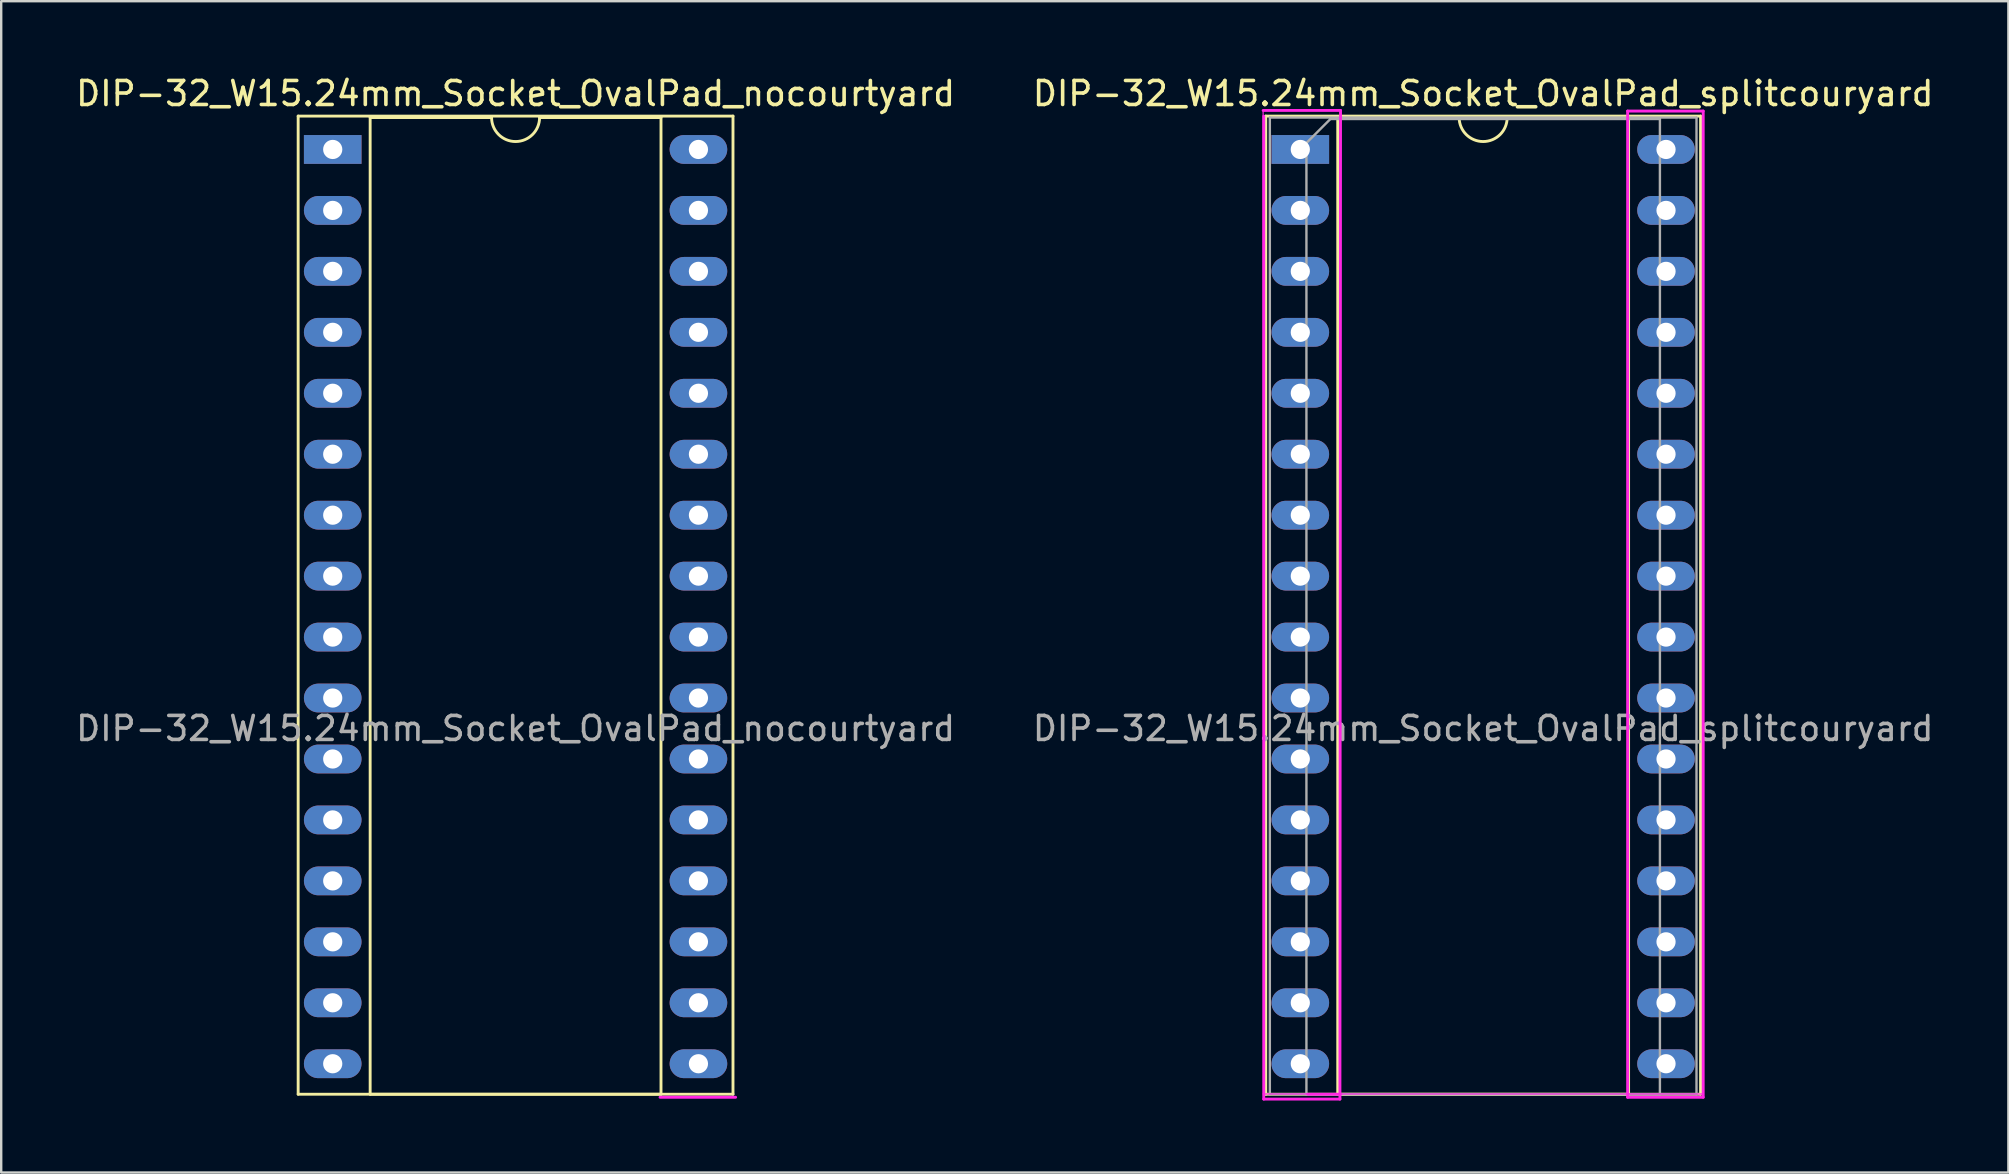
<source format=kicad_pcb>
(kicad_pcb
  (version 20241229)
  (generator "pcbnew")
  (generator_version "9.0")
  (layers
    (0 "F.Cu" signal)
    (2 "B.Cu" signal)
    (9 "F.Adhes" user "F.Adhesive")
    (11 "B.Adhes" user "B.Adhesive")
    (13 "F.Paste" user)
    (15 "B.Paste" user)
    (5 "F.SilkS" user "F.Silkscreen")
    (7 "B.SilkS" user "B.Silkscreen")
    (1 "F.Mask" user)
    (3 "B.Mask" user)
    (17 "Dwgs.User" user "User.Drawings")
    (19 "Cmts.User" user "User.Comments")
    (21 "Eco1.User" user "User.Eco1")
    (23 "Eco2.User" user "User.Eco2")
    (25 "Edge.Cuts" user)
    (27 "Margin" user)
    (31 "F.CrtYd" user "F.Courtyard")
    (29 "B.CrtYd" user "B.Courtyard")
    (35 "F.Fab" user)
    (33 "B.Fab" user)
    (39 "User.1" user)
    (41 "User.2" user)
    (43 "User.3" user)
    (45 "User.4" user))
  (footprint "DIP-32_W15.24mm_Socket_OvalPad_splitcouryard"
    (layer "F.Cu")
    (at 51.136 3.178)
    (property "Reference" "DIP-32_W15.24mm_Socket_OvalPad_splitcouryard" (at 7.62 -2.33 0) (layer "F.SilkS") (effects (font (size 1 1) (thickness 0.15))))
    (attr through_hole)
    (fp_line (start -1.44 -1.39) (end -1.44 39.37) (stroke (width 0.12) (type solid)) (layer "F.SilkS"))
    (fp_line (start -1.44 39.37) (end 16.68 39.37) (stroke (width 0.12) (type solid)) (layer "F.SilkS"))
    (fp_line (start 1.56 -1.33) (end 1.56 39.37) (stroke (width 0.12) (type solid)) (layer "F.SilkS"))
    (fp_line (start 1.56 39.37) (end 13.68 39.37) (stroke (width 0.12) (type solid)) (layer "F.SilkS"))
    (fp_line (start 6.62 -1.33) (end 1.56 -1.33) (stroke (width 0.12) (type solid)) (layer "F.SilkS"))
    (fp_line (start 13.68 -1.33) (end 8.62 -1.33) (stroke (width 0.12) (type solid)) (layer "F.SilkS"))
    (fp_line (start 13.68 39.37) (end 13.68 -1.33) (stroke (width 0.12) (type solid)) (layer "F.SilkS"))
    (fp_line (start 16.68 -1.39) (end -1.44 -1.39) (stroke (width 0.12) (type solid)) (layer "F.SilkS"))
    (fp_line (start 16.68 39.37) (end 16.68 -1.39) (stroke (width 0.12) (type solid)) (layer "F.SilkS"))
    (fp_arc (start 8.62 -1.33) (mid 7.62 -0.33) (end 6.62 -1.33) (stroke (width 0.12) (type solid)) (layer "F.SilkS"))
    (fp_line (start -1.55 -1.6) (end -1.524 39.573) (stroke (width 0.05) (type solid)) (layer "F.CrtYd"))
    (fp_line (start -1.55 39.36) (end 16.8 39.36) (stroke (width 0.05) (type solid)) (layer "F.CrtYd"))
    (fp_line (start -1.524 -1.387) (end -1.524 39.573) (stroke (width 0.12) (type solid)) (layer "F.CrtYd"))
    (fp_line (start -1.524 39.573) (end 1.651 39.573) (stroke (width 0.12) (type solid)) (layer "F.CrtYd"))
    (fp_line (start 0.305 39.37) (end 1.676 39.37) (stroke (width 0.12) (type solid)) (layer "F.CrtYd"))
    (fp_line (start 1.651 39.573) (end 1.676 -1.626) (stroke (width 0.12) (type solid)) (layer "F.CrtYd"))
    (fp_line (start 1.676 -1.626) (end -1.549 -1.626) (stroke (width 0.12) (type solid)) (layer "F.CrtYd"))
    (fp_line (start 13.64 -1.6) (end 13.64 39.497) (stroke (width 0.12) (type solid)) (layer "F.CrtYd"))
    (fp_line (start 13.64 39.497) (end 16.789 39.497) (stroke (width 0.12) (type solid)) (layer "F.CrtYd"))
    (fp_line (start 16.789 -1.6) (end 13.64 -1.6) (stroke (width 0.12) (type solid)) (layer "F.CrtYd"))
    (fp_line (start 16.789 39.37) (end 16.8 -1.6) (stroke (width 0.05) (type solid)) (layer "F.CrtYd"))
    (fp_line (start 16.789 39.497) (end 16.789 -1.6) (stroke (width 0.12) (type solid)) (layer "F.CrtYd"))
    (fp_line (start -1.27 -1.33) (end -1.27 39.37) (stroke (width 0.1) (type solid)) (layer "F.Fab"))
    (fp_line (start -1.27 39.37) (end 16.51 39.37) (stroke (width 0.1) (type solid)) (layer "F.Fab"))
    (fp_line (start 0.255 -0.27) (end 1.255 -1.27) (stroke (width 0.1) (type solid)) (layer "F.Fab"))
    (fp_line (start 0.255 39.37) (end 0.255 -0.27) (stroke (width 0.1) (type solid)) (layer "F.Fab"))
    (fp_line (start 1.255 -1.27) (end 14.985 -1.27) (stroke (width 0.1) (type solid)) (layer "F.Fab"))
    (fp_line (start 14.985 -1.27) (end 14.985 39.37) (stroke (width 0.1) (type solid)) (layer "F.Fab"))
    (fp_line (start 14.985 39.37) (end 0.255 39.37) (stroke (width 0.1) (type solid)) (layer "F.Fab"))
    (fp_line (start 16.51 -1.33) (end -1.27 -1.33) (stroke (width 0.1) (type solid)) (layer "F.Fab"))
    (fp_line (start 16.51 39.37) (end 16.51 -1.33) (stroke (width 0.1) (type solid)) (layer "F.Fab"))
    (fp_text user "${REFERENCE}" (at 7.62 24.13 0) (layer "F.Fab") (effects (font (size 1 1) (thickness 0.15))))
    (pad "1" thru_hole rect (at 0 0) (size 2.4 1.2) (drill 0.8) (layers "*.Cu" "*.Mask"))
    (pad "2" thru_hole oval (at 0 2.54) (size 2.4 1.2) (drill 0.8) (layers "*.Cu" "*.Mask"))
    (pad "3" thru_hole oval (at 0 5.08) (size 2.4 1.2) (drill 0.8) (layers "*.Cu" "*.Mask"))
    (pad "4" thru_hole oval (at 0 7.62) (size 2.4 1.2) (drill 0.8) (layers "*.Cu" "*.Mask"))
    (pad "5" thru_hole oval (at 0 10.16) (size 2.4 1.2) (drill 0.8) (layers "*.Cu" "*.Mask"))
    (pad "6" thru_hole oval (at 0 12.7) (size 2.4 1.2) (drill 0.8) (layers "*.Cu" "*.Mask"))
    (pad "7" thru_hole oval (at 0 15.24) (size 2.4 1.2) (drill 0.8) (layers "*.Cu" "*.Mask"))
    (pad "8" thru_hole oval (at 0 17.78) (size 2.4 1.2) (drill 0.8) (layers "*.Cu" "*.Mask"))
    (pad "9" thru_hole oval (at 0 20.32) (size 2.4 1.2) (drill 0.8) (layers "*.Cu" "*.Mask"))
    (pad "10" thru_hole oval (at 0 22.86) (size 2.4 1.2) (drill 0.8) (layers "*.Cu" "*.Mask"))
    (pad "11" thru_hole oval (at 0 25.4) (size 2.4 1.2) (drill 0.8) (layers "*.Cu" "*.Mask"))
    (pad "12" thru_hole oval (at 0 27.94) (size 2.4 1.2) (drill 0.8) (layers "*.Cu" "*.Mask"))
    (pad "13" thru_hole oval (at 0 30.48) (size 2.4 1.2) (drill 0.8) (layers "*.Cu" "*.Mask"))
    (pad "14" thru_hole oval (at 0 33.02) (size 2.4 1.2) (drill 0.8) (layers "*.Cu" "*.Mask"))
    (pad "15" thru_hole oval (at 0 35.56) (size 2.4 1.2) (drill 0.8) (layers "*.Cu" "*.Mask"))
    (pad "16" thru_hole oval (at 0 38.1) (size 2.4 1.2) (drill 0.8) (layers "*.Cu" "*.Mask"))
    (pad "17" thru_hole oval (at 15.24 38.1) (size 2.4 1.2) (drill 0.8) (layers "*.Cu" "*.Mask"))
    (pad "18" thru_hole oval (at 15.24 35.56) (size 2.4 1.2) (drill 0.8) (layers "*.Cu" "*.Mask"))
    (pad "19" thru_hole oval (at 15.24 33.02) (size 2.4 1.2) (drill 0.8) (layers "*.Cu" "*.Mask"))
    (pad "20" thru_hole oval (at 15.24 30.48) (size 2.4 1.2) (drill 0.8) (layers "*.Cu" "*.Mask"))
    (pad "21" thru_hole oval (at 15.24 27.94) (size 2.4 1.2) (drill 0.8) (layers "*.Cu" "*.Mask"))
    (pad "22" thru_hole oval (at 15.24 25.4) (size 2.4 1.2) (drill 0.8) (layers "*.Cu" "*.Mask"))
    (pad "23" thru_hole oval (at 15.24 22.86) (size 2.4 1.2) (drill 0.8) (layers "*.Cu" "*.Mask"))
    (pad "24" thru_hole oval (at 15.24 20.32) (size 2.4 1.2) (drill 0.8) (layers "*.Cu" "*.Mask"))
    (pad "25" thru_hole oval (at 15.24 17.78) (size 2.4 1.2) (drill 0.8) (layers "*.Cu" "*.Mask"))
    (pad "26" thru_hole oval (at 15.24 15.24) (size 2.4 1.2) (drill 0.8) (layers "*.Cu" "*.Mask"))
    (pad "27" thru_hole oval (at 15.24 12.7) (size 2.4 1.2) (drill 0.8) (layers "*.Cu" "*.Mask"))
    (pad "28" thru_hole oval (at 15.24 10.16) (size 2.4 1.2) (drill 0.8) (layers "*.Cu" "*.Mask"))
    (pad "29" thru_hole oval (at 15.24 7.62) (size 2.4 1.2) (drill 0.8) (layers "*.Cu" "*.Mask"))
    (pad "30" thru_hole oval (at 15.24 5.08) (size 2.4 1.2) (drill 0.8) (layers "*.Cu" "*.Mask"))
    (pad "31" thru_hole oval (at 15.24 2.54) (size 2.4 1.2) (drill 0.8) (layers "*.Cu" "*.Mask"))
    (pad "32" thru_hole oval (at 15.24 0) (size 2.4 1.2) (drill 0.8) (layers "*.Cu" "*.Mask")))
  (footprint "DIP-32_W15.24mm_Socket_OvalPad_nocourtyard"
    (layer "F.Cu")
    (at 10.815 3.178)
    (property "Reference" "DIP-32_W15.24mm_Socket_OvalPad_nocourtyard" (at 7.62 -2.33 0) (layer "F.SilkS") (effects (font (size 1 1) (thickness 0.15))))
    (attr through_hole)
    (fp_line (start -1.44 -1.39) (end -1.44 39.37) (stroke (width 0.12) (type solid)) (layer "F.SilkS"))
    (fp_line (start -1.44 39.37) (end 16.68 39.37) (stroke (width 0.12) (type solid)) (layer "F.SilkS"))
    (fp_line (start 1.56 -1.33) (end 1.56 39.37) (stroke (width 0.12) (type solid)) (layer "F.SilkS"))
    (fp_line (start 1.56 39.37) (end 13.68 39.37) (stroke (width 0.12) (type solid)) (layer "F.SilkS"))
    (fp_line (start 6.62 -1.33) (end 1.56 -1.33) (stroke (width 0.12) (type solid)) (layer "F.SilkS"))
    (fp_line (start 13.68 -1.33) (end 8.62 -1.33) (stroke (width 0.12) (type solid)) (layer "F.SilkS"))
    (fp_line (start 13.68 39.37) (end 13.68 -1.33) (stroke (width 0.12) (type solid)) (layer "F.SilkS"))
    (fp_line (start 16.68 -1.39) (end -1.44 -1.39) (stroke (width 0.12) (type solid)) (layer "F.SilkS"))
    (fp_line (start 16.68 39.37) (end 16.68 -1.39) (stroke (width 0.12) (type solid)) (layer "F.SilkS"))
    (fp_arc (start 8.62 -1.33) (mid 7.62 -0.33) (end 6.62 -1.33) (stroke (width 0.12) (type solid)) (layer "F.SilkS"))
    (fp_line (start 13.64 39.497) (end 16.789 39.497) (stroke (width 0.12) (type solid)) (layer "F.CrtYd"))
    (fp_text user "${REFERENCE}" (at 7.62 24.13 0) (layer "F.Fab") (effects (font (size 1 1) (thickness 0.15))))
    (pad "1" thru_hole rect (at 0 0) (size 2.4 1.2) (drill 0.8) (layers "*.Cu" "*.Mask"))
    (pad "2" thru_hole oval (at 0 2.54) (size 2.4 1.2) (drill 0.8) (layers "*.Cu" "*.Mask"))
    (pad "3" thru_hole oval (at 0 5.08) (size 2.4 1.2) (drill 0.8) (layers "*.Cu" "*.Mask"))
    (pad "4" thru_hole oval (at 0 7.62) (size 2.4 1.2) (drill 0.8) (layers "*.Cu" "*.Mask"))
    (pad "5" thru_hole oval (at 0 10.16) (size 2.4 1.2) (drill 0.8) (layers "*.Cu" "*.Mask"))
    (pad "6" thru_hole oval (at 0 12.7) (size 2.4 1.2) (drill 0.8) (layers "*.Cu" "*.Mask"))
    (pad "7" thru_hole oval (at 0 15.24) (size 2.4 1.2) (drill 0.8) (layers "*.Cu" "*.Mask"))
    (pad "8" thru_hole oval (at 0 17.78) (size 2.4 1.2) (drill 0.8) (layers "*.Cu" "*.Mask"))
    (pad "9" thru_hole oval (at 0 20.32) (size 2.4 1.2) (drill 0.8) (layers "*.Cu" "*.Mask"))
    (pad "10" thru_hole oval (at 0 22.86) (size 2.4 1.2) (drill 0.8) (layers "*.Cu" "*.Mask"))
    (pad "11" thru_hole oval (at 0 25.4) (size 2.4 1.2) (drill 0.8) (layers "*.Cu" "*.Mask"))
    (pad "12" thru_hole oval (at 0 27.94) (size 2.4 1.2) (drill 0.8) (layers "*.Cu" "*.Mask"))
    (pad "13" thru_hole oval (at 0 30.48) (size 2.4 1.2) (drill 0.8) (layers "*.Cu" "*.Mask"))
    (pad "14" thru_hole oval (at 0 33.02) (size 2.4 1.2) (drill 0.8) (layers "*.Cu" "*.Mask"))
    (pad "15" thru_hole oval (at 0 35.56) (size 2.4 1.2) (drill 0.8) (layers "*.Cu" "*.Mask"))
    (pad "16" thru_hole oval (at 0 38.1) (size 2.4 1.2) (drill 0.8) (layers "*.Cu" "*.Mask"))
    (pad "17" thru_hole oval (at 15.24 38.1) (size 2.4 1.2) (drill 0.8) (layers "*.Cu" "*.Mask"))
    (pad "18" thru_hole oval (at 15.24 35.56) (size 2.4 1.2) (drill 0.8) (layers "*.Cu" "*.Mask"))
    (pad "19" thru_hole oval (at 15.24 33.02) (size 2.4 1.2) (drill 0.8) (layers "*.Cu" "*.Mask"))
    (pad "20" thru_hole oval (at 15.24 30.48) (size 2.4 1.2) (drill 0.8) (layers "*.Cu" "*.Mask"))
    (pad "21" thru_hole oval (at 15.24 27.94) (size 2.4 1.2) (drill 0.8) (layers "*.Cu" "*.Mask"))
    (pad "22" thru_hole oval (at 15.24 25.4) (size 2.4 1.2) (drill 0.8) (layers "*.Cu" "*.Mask"))
    (pad "23" thru_hole oval (at 15.24 22.86) (size 2.4 1.2) (drill 0.8) (layers "*.Cu" "*.Mask"))
    (pad "24" thru_hole oval (at 15.24 20.32) (size 2.4 1.2) (drill 0.8) (layers "*.Cu" "*.Mask"))
    (pad "25" thru_hole oval (at 15.24 17.78) (size 2.4 1.2) (drill 0.8) (layers "*.Cu" "*.Mask"))
    (pad "26" thru_hole oval (at 15.24 15.24) (size 2.4 1.2) (drill 0.8) (layers "*.Cu" "*.Mask"))
    (pad "27" thru_hole oval (at 15.24 12.7) (size 2.4 1.2) (drill 0.8) (layers "*.Cu" "*.Mask"))
    (pad "28" thru_hole oval (at 15.24 10.16) (size 2.4 1.2) (drill 0.8) (layers "*.Cu" "*.Mask"))
    (pad "29" thru_hole oval (at 15.24 7.62) (size 2.4 1.2) (drill 0.8) (layers "*.Cu" "*.Mask"))
    (pad "30" thru_hole oval (at 15.24 5.08) (size 2.4 1.2) (drill 0.8) (layers "*.Cu" "*.Mask"))
    (pad "31" thru_hole oval (at 15.24 2.54) (size 2.4 1.2) (drill 0.8) (layers "*.Cu" "*.Mask"))
    (pad "32" thru_hole oval (at 15.24 0) (size 2.4 1.2) (drill 0.8) (layers "*.Cu" "*.Mask")))
  (gr_rect
    (start -3 -3)
    (end 80.643 45.811)
    (stroke (width 0.1) (type default))
    (fill no)
    (layer "Edge.Cuts")))
</source>
